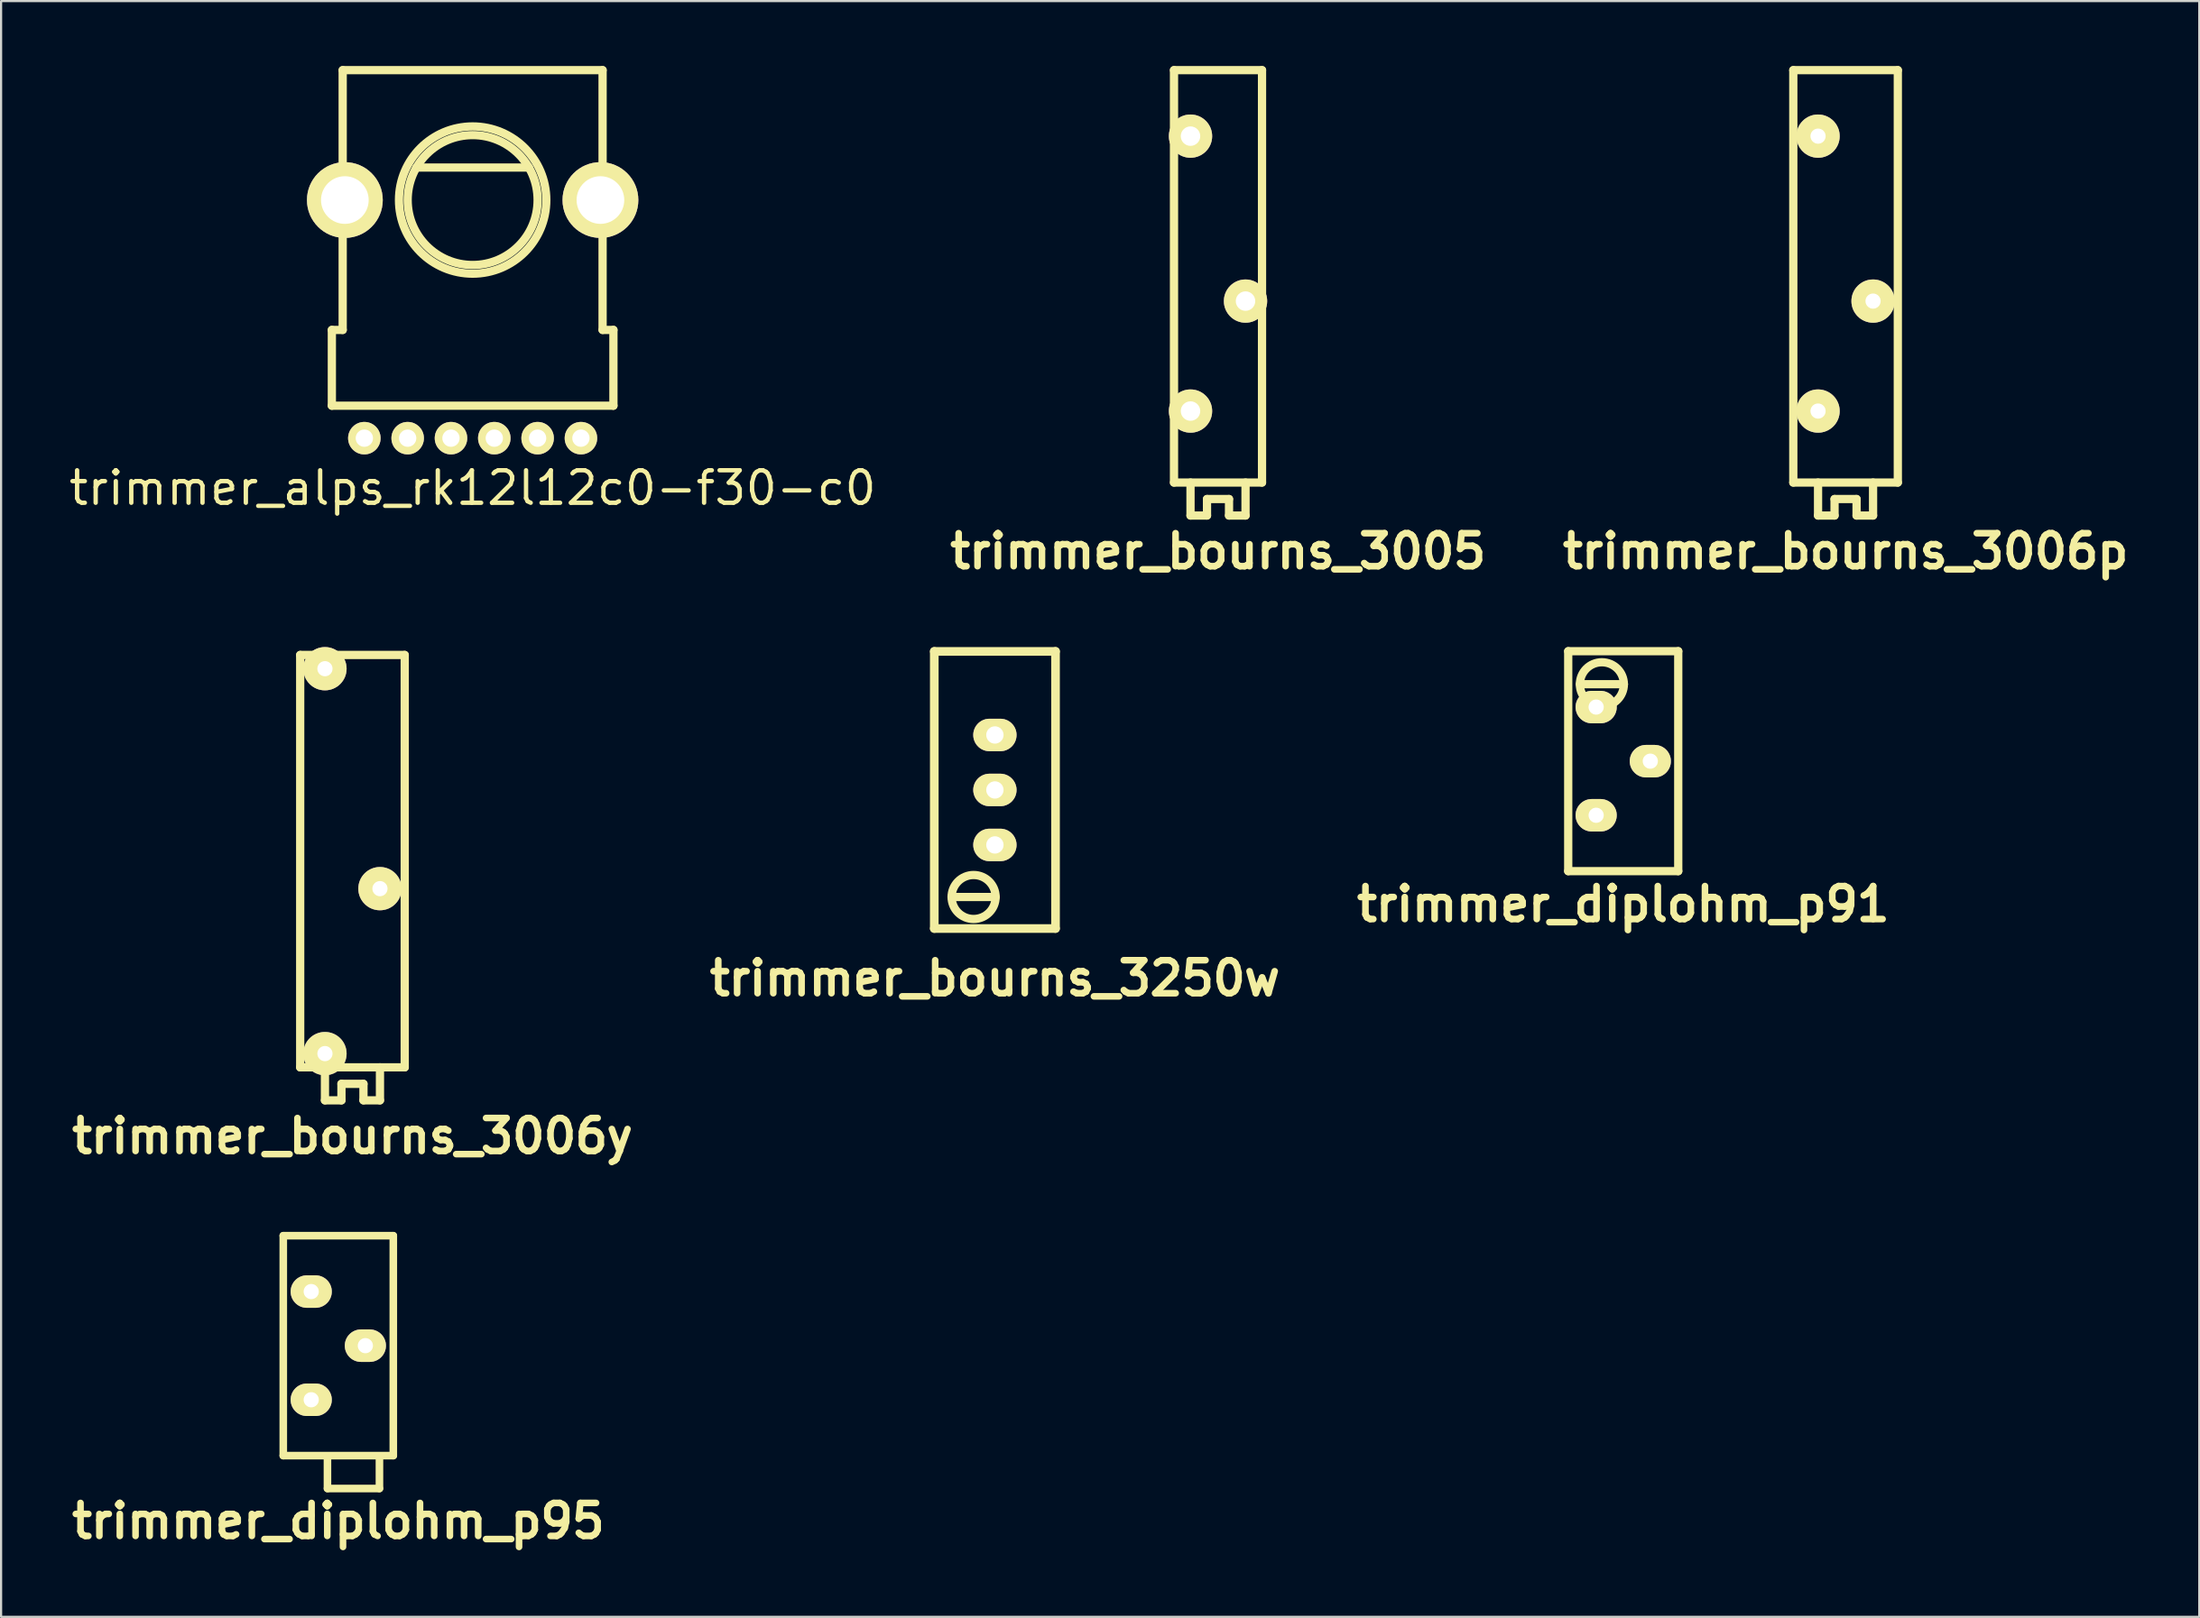
<source format=kicad_pcb>
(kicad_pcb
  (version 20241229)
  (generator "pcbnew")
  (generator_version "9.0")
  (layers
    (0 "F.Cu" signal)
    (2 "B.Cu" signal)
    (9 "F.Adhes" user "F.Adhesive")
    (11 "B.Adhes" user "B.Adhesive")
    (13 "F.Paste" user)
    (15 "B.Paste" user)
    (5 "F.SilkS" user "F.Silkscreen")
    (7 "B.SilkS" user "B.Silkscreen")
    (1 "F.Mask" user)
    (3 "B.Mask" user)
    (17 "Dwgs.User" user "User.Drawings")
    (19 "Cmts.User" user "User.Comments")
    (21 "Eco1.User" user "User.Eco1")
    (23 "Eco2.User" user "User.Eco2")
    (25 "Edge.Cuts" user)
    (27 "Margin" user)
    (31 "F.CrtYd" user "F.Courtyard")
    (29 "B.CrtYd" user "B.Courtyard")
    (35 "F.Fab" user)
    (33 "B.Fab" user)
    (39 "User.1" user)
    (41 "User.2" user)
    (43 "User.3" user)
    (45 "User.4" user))
  (footprint "trimmer_alps_rk12l12c0-f30-c0"
    (layer "F.Cu")
    (at 18.772 6.191)
    (property "Reference" "trimmer_alps_rk12l12c0-f30-c0" (at 0 13.3 0) (layer "F.SilkS") (effects (font (size 1.501 1.501) (thickness 0.201))))
    (attr through_hole)
    (fp_line (start -6.5 6) (end -6.5 9.5) (stroke (width 0.381) (type solid)) (layer "F.SilkS"))
    (fp_line (start -6.5 9.5) (end 6.5 9.5) (stroke (width 0.381) (type solid)) (layer "F.SilkS"))
    (fp_line (start -6 -6) (end -6 6) (stroke (width 0.381) (type solid)) (layer "F.SilkS"))
    (fp_line (start -6 -6) (end 6 -6) (stroke (width 0.381) (type solid)) (layer "F.SilkS"))
    (fp_line (start -6 6) (end -6.5 6) (stroke (width 0.381) (type solid)) (layer "F.SilkS"))
    (fp_line (start -2.601 -1.501) (end 2.601 -1.501) (stroke (width 0.381) (type solid)) (layer "F.SilkS"))
    (fp_line (start 6 -6) (end 6 6) (stroke (width 0.381) (type solid)) (layer "F.SilkS"))
    (fp_line (start 6.5 6) (end 6 6) (stroke (width 0.381) (type solid)) (layer "F.SilkS"))
    (fp_line (start 6.5 9.5) (end 6.5 6) (stroke (width 0.381) (type solid)) (layer "F.SilkS"))
    (fp_circle (center 0 0) (end -3.401 0) (stroke (width 0.381) (type solid)) (fill no) (layer "F.SilkS"))
    (fp_circle (center 0 0) (end -3 0) (stroke (width 0.381) (type solid)) (fill no) (layer "F.SilkS"))
    (pad "" thru_hole circle (at -5.9 0) (size 3.5 3.5) (drill 2.2) (layers "*.Cu" "*.Mask" "F.SilkS"))
    (pad "" thru_hole circle (at 5.9 0) (size 3.5 3.5) (drill 2.2) (layers "*.Cu" "*.Mask" "F.SilkS"))
    (pad "1" thru_hole oval (at -1 11) (size 1.5 1.5) (drill 0.8) (layers "*.Cu" "*.Mask" "F.SilkS"))
    (pad "2" thru_hole oval (at 1 11) (size 1.5 1.5) (drill 0.8) (layers "*.Cu" "*.Mask" "F.SilkS"))
    (pad "3" thru_hole oval (at 3 11) (size 1.5 1.5) (drill 0.8) (layers "*.Cu" "*.Mask" "F.SilkS"))
    (pad "4" thru_hole oval (at -3 11) (size 1.5 1.5) (drill 0.8) (layers "*.Cu" "*.Mask" "F.SilkS"))
    (pad "5" thru_hole oval (at -5 11) (size 1.5 1.5) (drill 0.8) (layers "*.Cu" "*.Mask" "F.SilkS"))
    (pad "6" thru_hole oval (at 5 11) (size 1.5 1.5) (drill 0.8) (layers "*.Cu" "*.Mask" "F.SilkS")))
  (footprint "trimmer_bourns_3250w"
    (layer "F.Cu")
    (at 42.885 33.442)
    (property "Reference" "trimmer_bourns_3250w" (at 0 8.7 0) (layer "F.SilkS") (effects (font (size 1.524 1.524) (thickness 0.305))))
    (attr through_hole)
    (fp_line (start -2.799 -6.401) (end -2.799 6.401) (stroke (width 0.399) (type solid)) (layer "F.SilkS"))
    (fp_line (start -2.799 6.401) (end 2.799 6.401) (stroke (width 0.399) (type solid)) (layer "F.SilkS"))
    (fp_line (start -2.002 4.945) (end 0.03 4.945) (stroke (width 0.381) (type solid)) (layer "F.SilkS"))
    (fp_line (start 2.799 -6.401) (end -2.799 -6.401) (stroke (width 0.399) (type solid)) (layer "F.SilkS"))
    (fp_line (start 2.799 6.401) (end 2.799 -6.401) (stroke (width 0.399) (type solid)) (layer "F.SilkS"))
    (fp_circle (center -0.983 4.945) (end 0.033 4.945) (stroke (width 0.381) (type solid)) (fill no) (layer "F.SilkS"))
    (pad "1" thru_hole oval (at 0 2.54) (size 1.999 1.501) (drill 0.8) (layers "*.Cu" "*.Mask" "F.SilkS"))
    (pad "2" thru_hole oval (at 0 0) (size 1.999 1.501) (drill 0.8) (layers "*.Cu" "*.Mask" "F.SilkS"))
    (pad "3" thru_hole oval (at 0 -2.54) (size 1.999 1.501) (drill 0.8) (layers "*.Cu" "*.Mask" "F.SilkS")))
  (footprint "trimmer_diplohm_p91"
    (layer "F.Cu")
    (at 71.895 32.112)
    (property "Reference" "trimmer_diplohm_p91" (at 0 6.604 0) (layer "F.SilkS") (effects (font (size 1.524 1.524) (thickness 0.305))))
    (attr through_hole)
    (fp_line (start -2.54 5.08) (end -2.54 -5.08) (stroke (width 0.381) (type solid)) (layer "F.SilkS"))
    (fp_line (start -1.999 -3.556) (end 0.033 -3.556) (stroke (width 0.381) (type solid)) (layer "F.SilkS"))
    (fp_line (start 2.54 -5.08) (end -2.54 -5.08) (stroke (width 0.381) (type solid)) (layer "F.SilkS"))
    (fp_line (start 2.54 -5.08) (end 2.54 5.08) (stroke (width 0.381) (type solid)) (layer "F.SilkS"))
    (fp_line (start 2.54 5.08) (end -2.54 5.08) (stroke (width 0.381) (type solid)) (layer "F.SilkS"))
    (fp_circle (center -0.986 -3.553) (end 0.03 -3.553) (stroke (width 0.381) (type solid)) (fill no) (layer "F.SilkS"))
    (pad "1" thru_hole oval (at -1.25 -2.499) (size 1.9 1.501) (drill 0.701) (layers "*.Cu" "*.Mask" "F.SilkS"))
    (pad "2" thru_hole oval (at 1.25 0) (size 1.9 1.501) (drill 0.701) (layers "*.Cu" "*.Mask" "F.SilkS"))
    (pad "3" thru_hole oval (at -1.25 2.499) (size 1.9 1.501) (drill 0.701) (layers "*.Cu" "*.Mask" "F.SilkS")))
  (footprint "trimmer_bourns_3006y"
    (layer "F.Cu")
    (at 13.223 36.731)
    (property "Reference" "trimmer_bourns_3006y" (at 0 12.7 0) (layer "F.SilkS") (effects (font (size 1.524 1.524) (thickness 0.305))))
    (attr through_hole)
    (fp_line (start -2.413 9.525) (end -2.413 -9.525) (stroke (width 0.381) (type solid)) (layer "F.SilkS"))
    (fp_line (start -1.27 9.525) (end -1.27 11.049) (stroke (width 0.381) (type solid)) (layer "F.SilkS"))
    (fp_line (start -0.508 10.287) (end 0.508 10.287) (stroke (width 0.381) (type solid)) (layer "F.SilkS"))
    (fp_line (start -0.508 11.049) (end -1.27 11.049) (stroke (width 0.381) (type solid)) (layer "F.SilkS"))
    (fp_line (start -0.508 11.049) (end -0.508 10.287) (stroke (width 0.381) (type solid)) (layer "F.SilkS"))
    (fp_line (start 0.508 10.287) (end 0.508 11.049) (stroke (width 0.381) (type solid)) (layer "F.SilkS"))
    (fp_line (start 0.508 11.049) (end 1.27 11.049) (stroke (width 0.381) (type solid)) (layer "F.SilkS"))
    (fp_line (start 1.27 11.049) (end 1.27 9.525) (stroke (width 0.381) (type solid)) (layer "F.SilkS"))
    (fp_line (start 2.413 -9.525) (end -2.413 -9.525) (stroke (width 0.381) (type solid)) (layer "F.SilkS"))
    (fp_line (start 2.413 -9.525) (end 2.413 9.525) (stroke (width 0.381) (type solid)) (layer "F.SilkS"))
    (fp_line (start 2.413 9.525) (end -2.413 9.525) (stroke (width 0.381) (type solid)) (layer "F.SilkS"))
    (pad "1" thru_hole oval (at -1.27 -8.89) (size 1.999 1.999) (drill 0.701) (layers "*.Cu" "*.Mask" "F.SilkS"))
    (pad "2" thru_hole oval (at 1.27 1.27) (size 1.999 1.999) (drill 0.701) (layers "*.Cu" "*.Mask" "F.SilkS"))
    (pad "3" thru_hole oval (at -1.27 8.89) (size 1.999 1.999) (drill 0.701) (layers "*.Cu" "*.Mask" "F.SilkS")))
  (footprint "trimmer_diplohm_p95"
    (layer "F.Cu")
    (at 12.569 59.113)
    (property "Reference" "trimmer_diplohm_p95" (at 0 8.1 0) (layer "F.SilkS") (effects (font (size 1.524 1.524) (thickness 0.305))))
    (attr through_hole)
    (fp_line (start -2.54 5.08) (end -2.54 -5.08) (stroke (width 0.351) (type solid)) (layer "F.SilkS"))
    (fp_line (start -0.5 5.1) (end -0.5 6.599) (stroke (width 0.351) (type solid)) (layer "F.SilkS"))
    (fp_line (start -0.498 6.599) (end 1.9 6.599) (stroke (width 0.351) (type solid)) (layer "F.SilkS"))
    (fp_line (start 1.9 6.599) (end 1.9 5.1) (stroke (width 0.351) (type solid)) (layer "F.SilkS"))
    (fp_line (start 2.54 -5.08) (end -2.54 -5.08) (stroke (width 0.351) (type solid)) (layer "F.SilkS"))
    (fp_line (start 2.54 -5.08) (end 2.54 5.08) (stroke (width 0.351) (type solid)) (layer "F.SilkS"))
    (fp_line (start 2.54 5.08) (end -2.54 5.08) (stroke (width 0.351) (type solid)) (layer "F.SilkS"))
    (pad "1" thru_hole oval (at -1.25 -2.499) (size 1.9 1.501) (drill 0.701) (layers "*.Cu" "*.Mask" "F.SilkS"))
    (pad "2" thru_hole oval (at 1.25 0) (size 1.9 1.501) (drill 0.701) (layers "*.Cu" "*.Mask" "F.SilkS"))
    (pad "3" thru_hole oval (at -1.25 2.499) (size 1.9 1.501) (drill 0.701) (layers "*.Cu" "*.Mask" "F.SilkS")))
  (footprint "trimmer_bourns_3006p"
    (layer "F.Cu")
    (at 82.16 9.716)
    (property "Reference" "trimmer_bourns_3006p" (at 0 12.7 0) (layer "F.SilkS") (effects (font (size 1.524 1.524) (thickness 0.305))))
    (attr through_hole)
    (fp_line (start -2.413 9.525) (end -2.413 -9.525) (stroke (width 0.381) (type solid)) (layer "F.SilkS"))
    (fp_line (start -1.27 9.525) (end -1.27 11.049) (stroke (width 0.381) (type solid)) (layer "F.SilkS"))
    (fp_line (start -0.508 10.287) (end 0.508 10.287) (stroke (width 0.381) (type solid)) (layer "F.SilkS"))
    (fp_line (start -0.508 11.049) (end -1.27 11.049) (stroke (width 0.381) (type solid)) (layer "F.SilkS"))
    (fp_line (start -0.508 11.049) (end -0.508 10.287) (stroke (width 0.381) (type solid)) (layer "F.SilkS"))
    (fp_line (start 0.508 10.287) (end 0.508 11.049) (stroke (width 0.381) (type solid)) (layer "F.SilkS"))
    (fp_line (start 0.508 11.049) (end 1.27 11.049) (stroke (width 0.381) (type solid)) (layer "F.SilkS"))
    (fp_line (start 1.27 11.049) (end 1.27 9.525) (stroke (width 0.381) (type solid)) (layer "F.SilkS"))
    (fp_line (start 2.413 -9.525) (end -2.413 -9.525) (stroke (width 0.381) (type solid)) (layer "F.SilkS"))
    (fp_line (start 2.413 -9.525) (end 2.413 9.525) (stroke (width 0.381) (type solid)) (layer "F.SilkS"))
    (fp_line (start 2.413 9.525) (end -2.413 9.525) (stroke (width 0.381) (type solid)) (layer "F.SilkS"))
    (pad "1" thru_hole oval (at -1.27 -6.477) (size 1.999 1.999) (drill 0.701) (layers "*.Cu" "*.Mask" "F.SilkS"))
    (pad "2" thru_hole oval (at 1.27 1.143) (size 1.999 1.999) (drill 0.701) (layers "*.Cu" "*.Mask" "F.SilkS"))
    (pad "3" thru_hole oval (at -1.27 6.223) (size 1.999 1.999) (drill 0.701) (layers "*.Cu" "*.Mask" "F.SilkS")))
  (footprint "trimmer_bourns_3005"
    (layer "F.Cu")
    (at 53.186 9.716)
    (property "Reference" "trimmer_bourns_3005" (at 0 12.7 0) (layer "F.SilkS") (effects (font (size 1.524 1.524) (thickness 0.305))))
    (attr through_hole)
    (fp_line (start -2.032 -9.525) (end -2.032 9.525) (stroke (width 0.381) (type solid)) (layer "F.SilkS"))
    (fp_line (start -2.032 9.525) (end 2.032 9.525) (stroke (width 0.381) (type solid)) (layer "F.SilkS"))
    (fp_line (start -1.27 9.525) (end -1.27 11.049) (stroke (width 0.381) (type solid)) (layer "F.SilkS"))
    (fp_line (start -0.508 10.287) (end 0.508 10.287) (stroke (width 0.381) (type solid)) (layer "F.SilkS"))
    (fp_line (start -0.508 11.049) (end -1.27 11.049) (stroke (width 0.381) (type solid)) (layer "F.SilkS"))
    (fp_line (start -0.508 11.049) (end -0.508 10.287) (stroke (width 0.381) (type solid)) (layer "F.SilkS"))
    (fp_line (start 0.508 10.287) (end 0.508 11.049) (stroke (width 0.381) (type solid)) (layer "F.SilkS"))
    (fp_line (start 0.508 11.049) (end 1.27 11.049) (stroke (width 0.381) (type solid)) (layer "F.SilkS"))
    (fp_line (start 1.27 11.049) (end 1.27 9.525) (stroke (width 0.381) (type solid)) (layer "F.SilkS"))
    (fp_line (start 2.032 -9.525) (end -2.032 -9.525) (stroke (width 0.381) (type solid)) (layer "F.SilkS"))
    (fp_line (start 2.032 9.525) (end 2.032 -9.525) (stroke (width 0.381) (type solid)) (layer "F.SilkS"))
    (pad "1" thru_hole oval (at -1.27 -6.477) (size 1.999 1.999) (drill 0.899) (layers "*.Cu" "*.Mask" "F.SilkS"))
    (pad "2" thru_hole oval (at 1.27 1.143) (size 1.999 1.999) (drill 0.899) (layers "*.Cu" "*.Mask" "F.SilkS"))
    (pad "3" thru_hole oval (at -1.27 6.223) (size 1.999 1.999) (drill 0.899) (layers "*.Cu" "*.Mask" "F.SilkS")))
  (gr_rect
    (start -3 -3)
    (end 98.491 71.64)
    (stroke (width 0.1) (type default))
    (fill no)
    (layer "Edge.Cuts")))
</source>
